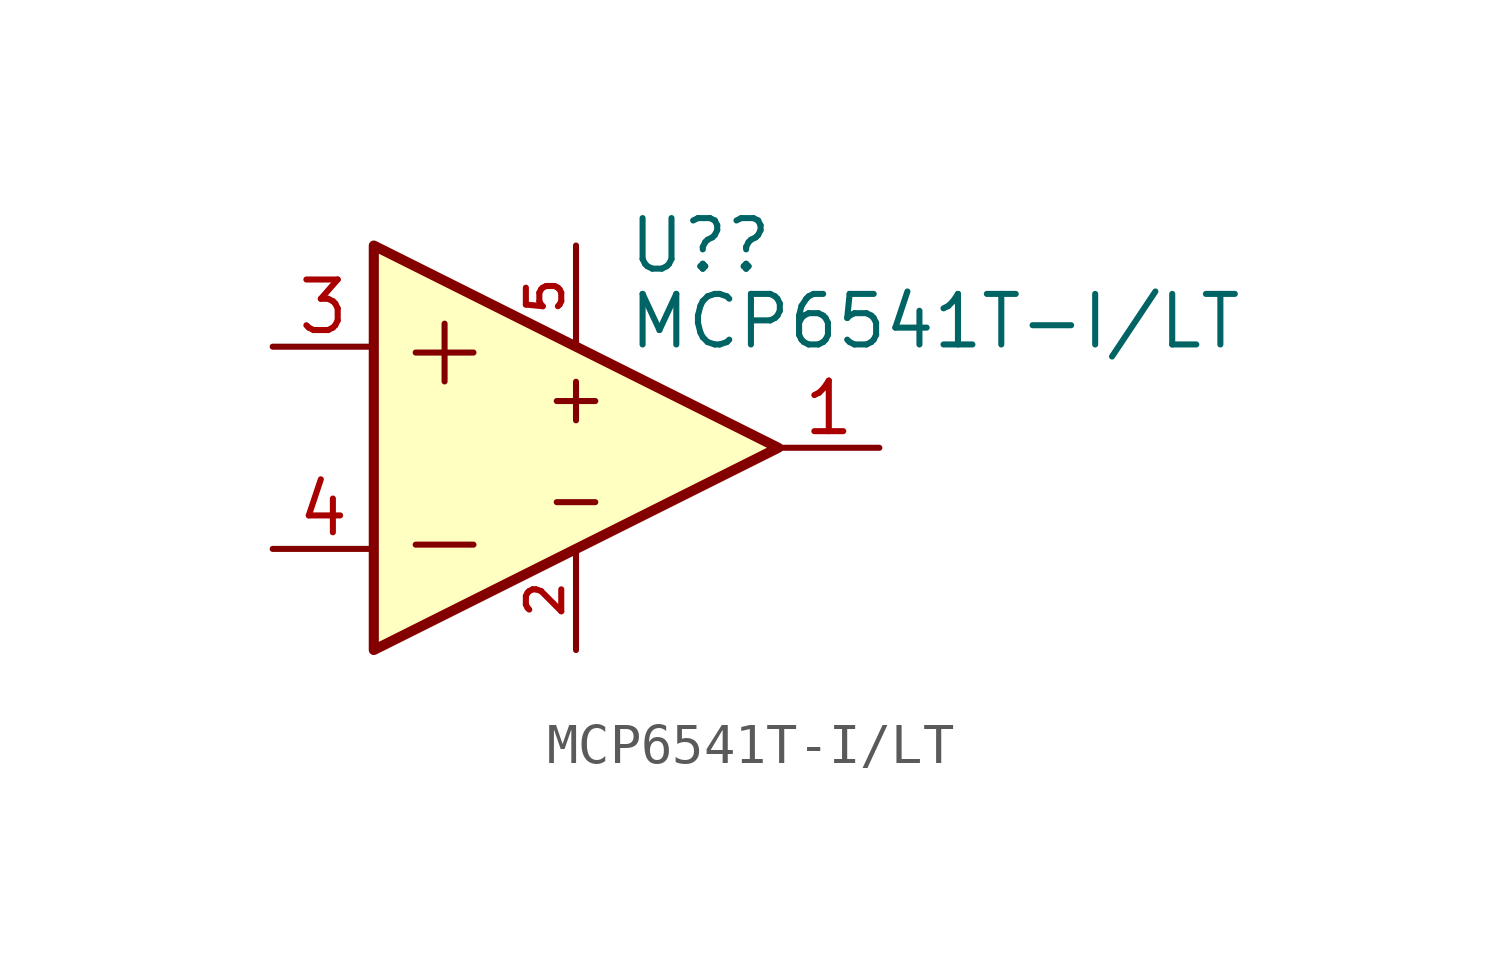
<source format=kicad_sym>
(kicad_symbol_lib
  (version 20231120)
  (generator "kicad_symbol_editor")
  (generator_version "8.0")
  (symbol "MCP6541T-I/LT"
    (pin_names
      (offset 0.127))
    (property "Reference" "U?"
      (at 1.27 5.08 0)
      (effects (font (size 1.27 1.27)) (justify left)))
    (property "Value" "MCP6541T-I{slash}LT"
      (at 1.27 3.175 0)
      (effects (font (size 1.27 1.27)) (justify left)))
    (symbol "MCP6541T-I/LT_1_1"
      (polyline (pts (xy -5.08 5.08) (xy 5.08 0) (xy -5.08 -5.08) (xy -5.08 5.08)) (stroke (width 0.254) (type default)) (fill (type background)))
      (text "+" (at -3.302 2.54 0) (effects (font (size 1.905 1.905))))
      (text "+" (at 0 1.27 0) (effects (font (size 1.27 1.27))))
      (text "-" (at -3.302 -2.286 0) (effects (font (size 1.905 1.905))))
      (text "-" (at 0 -1.27 0) (effects (font (size 1.27 1.27))))
      (pin passive line (at 7.62 0 180) (length 2.54) (name "~" (effects (font (size 1.27 1.27)))) (number "1" (effects (font (size 1.27 1.27)))))
      (pin power_in line (at 0 -5.08 90) (length 2.54) (name "" (effects (font (size 0.635 0.635)))) (number "2" (effects (font (size 0.889 0.889)))))
      (pin passive line (at -7.62 2.54 0) (length 2.54) (name "" (effects (font (size 1.778 1.778)))) (number "3" (effects (font (size 1.27 1.27)))))
      (pin passive line (at -7.62 -2.54 0) (length 2.54) (name "" (effects (font (size 1.778 1.778)))) (number "4" (effects (font (size 1.27 1.27)))))
      (pin power_in line (at 0 5.08 270) (length 2.54) (name "" (effects (font (size 0.635 0.635)))) (number "5" (effects (font (size 0.889 0.889))))))))
</source>
